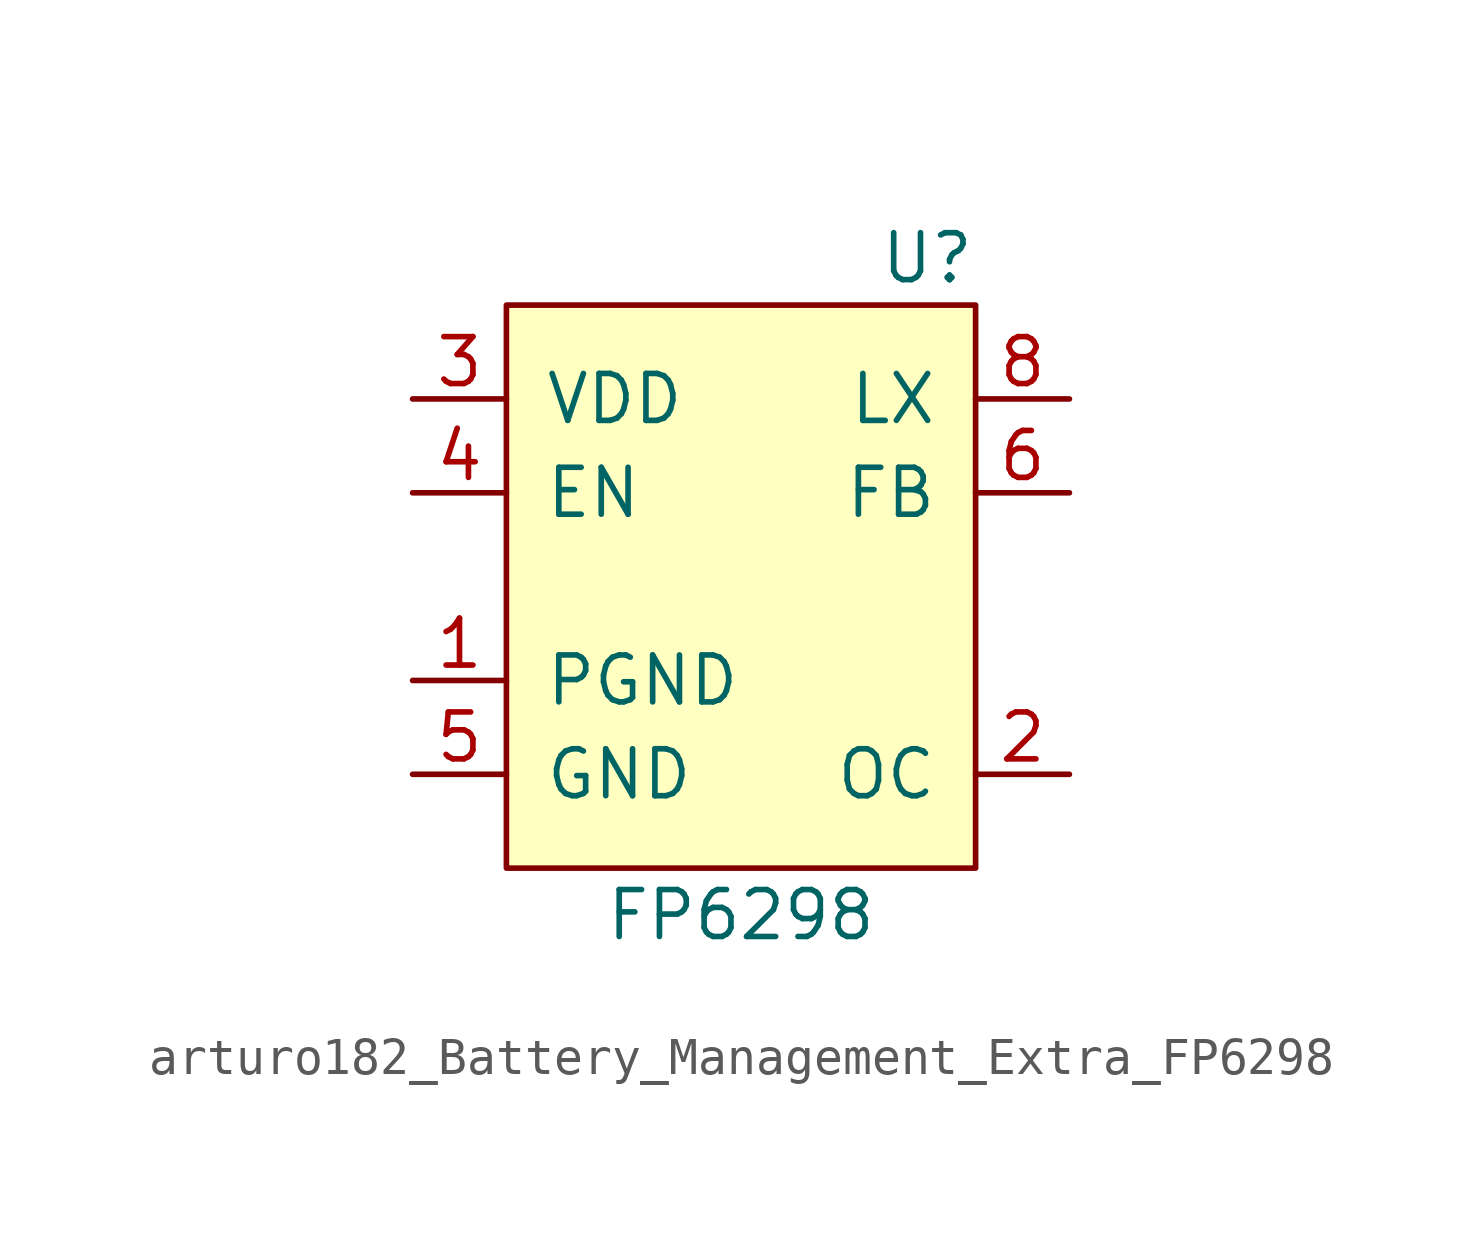
<source format=kicad_sym>
(kicad_symbol_lib
  (version 20220914)
  (generator kicad_symbol_editor)
  (symbol "arturo182_Battery_Management_Extra_FP6298"
    (pin_names
      (offset 1.016))
    (property "Reference" "U"
      (at 6.35 8.89 0)
      (effects (font (size 1.27 1.27)) (justify right)))
    (property "Value" "FP6298"
      (at 0 -8.89 0)
      (effects (font (size 1.27 1.27))))
    (symbol "arturo182_Battery_Management_Extra_FP6298_0_1"
      (rectangle (start -6.35 7.62) (end 6.35 -7.62) (stroke (width 0) (type default) (color 0 0 0 0)) (fill (type background))))
    (symbol "arturo182_Battery_Management_Extra_FP6298_1_1"
      (pin power_in line (at -8.89 -2.54 0) (length 2.54) (name "PGND" (effects (font (size 1.27 1.27)))) (number "1" (effects (font (size 1.27 1.27)))))
      (pin input line (at 8.89 -5.08 180) (length 2.54) (name "OC" (effects (font (size 1.27 1.27)))) (number "2" (effects (font (size 1.27 1.27)))))
      (pin power_in line (at -8.89 5.08 0) (length 2.54) (name "VDD" (effects (font (size 1.27 1.27)))) (number "3" (effects (font (size 1.27 1.27)))))
      (pin input line (at -8.89 2.54 0) (length 2.54) (name "EN" (effects (font (size 1.27 1.27)))) (number "4" (effects (font (size 1.27 1.27)))))
      (pin power_in line (at -8.89 -5.08 0) (length 2.54) (name "GND" (effects (font (size 1.27 1.27)))) (number "5" (effects (font (size 1.27 1.27)))))
      (pin input line (at 8.89 2.54 180) (length 2.54) (name "FB" (effects (font (size 1.27 1.27)))) (number "6" (effects (font (size 1.27 1.27)))))
      (pin output line (at 8.89 5.08 180) (length 2.54) (name "LX" (effects (font (size 1.27 1.27)))) (number "8" (effects (font (size 1.27 1.27)))))
      (pin passive line (at -8.89 -5.08 0) (length 2.54) hide (name "GND" (effects (font (size 1.27 1.27)))) (number "9" (effects (font (size 1.27 1.27))))))))
</source>
